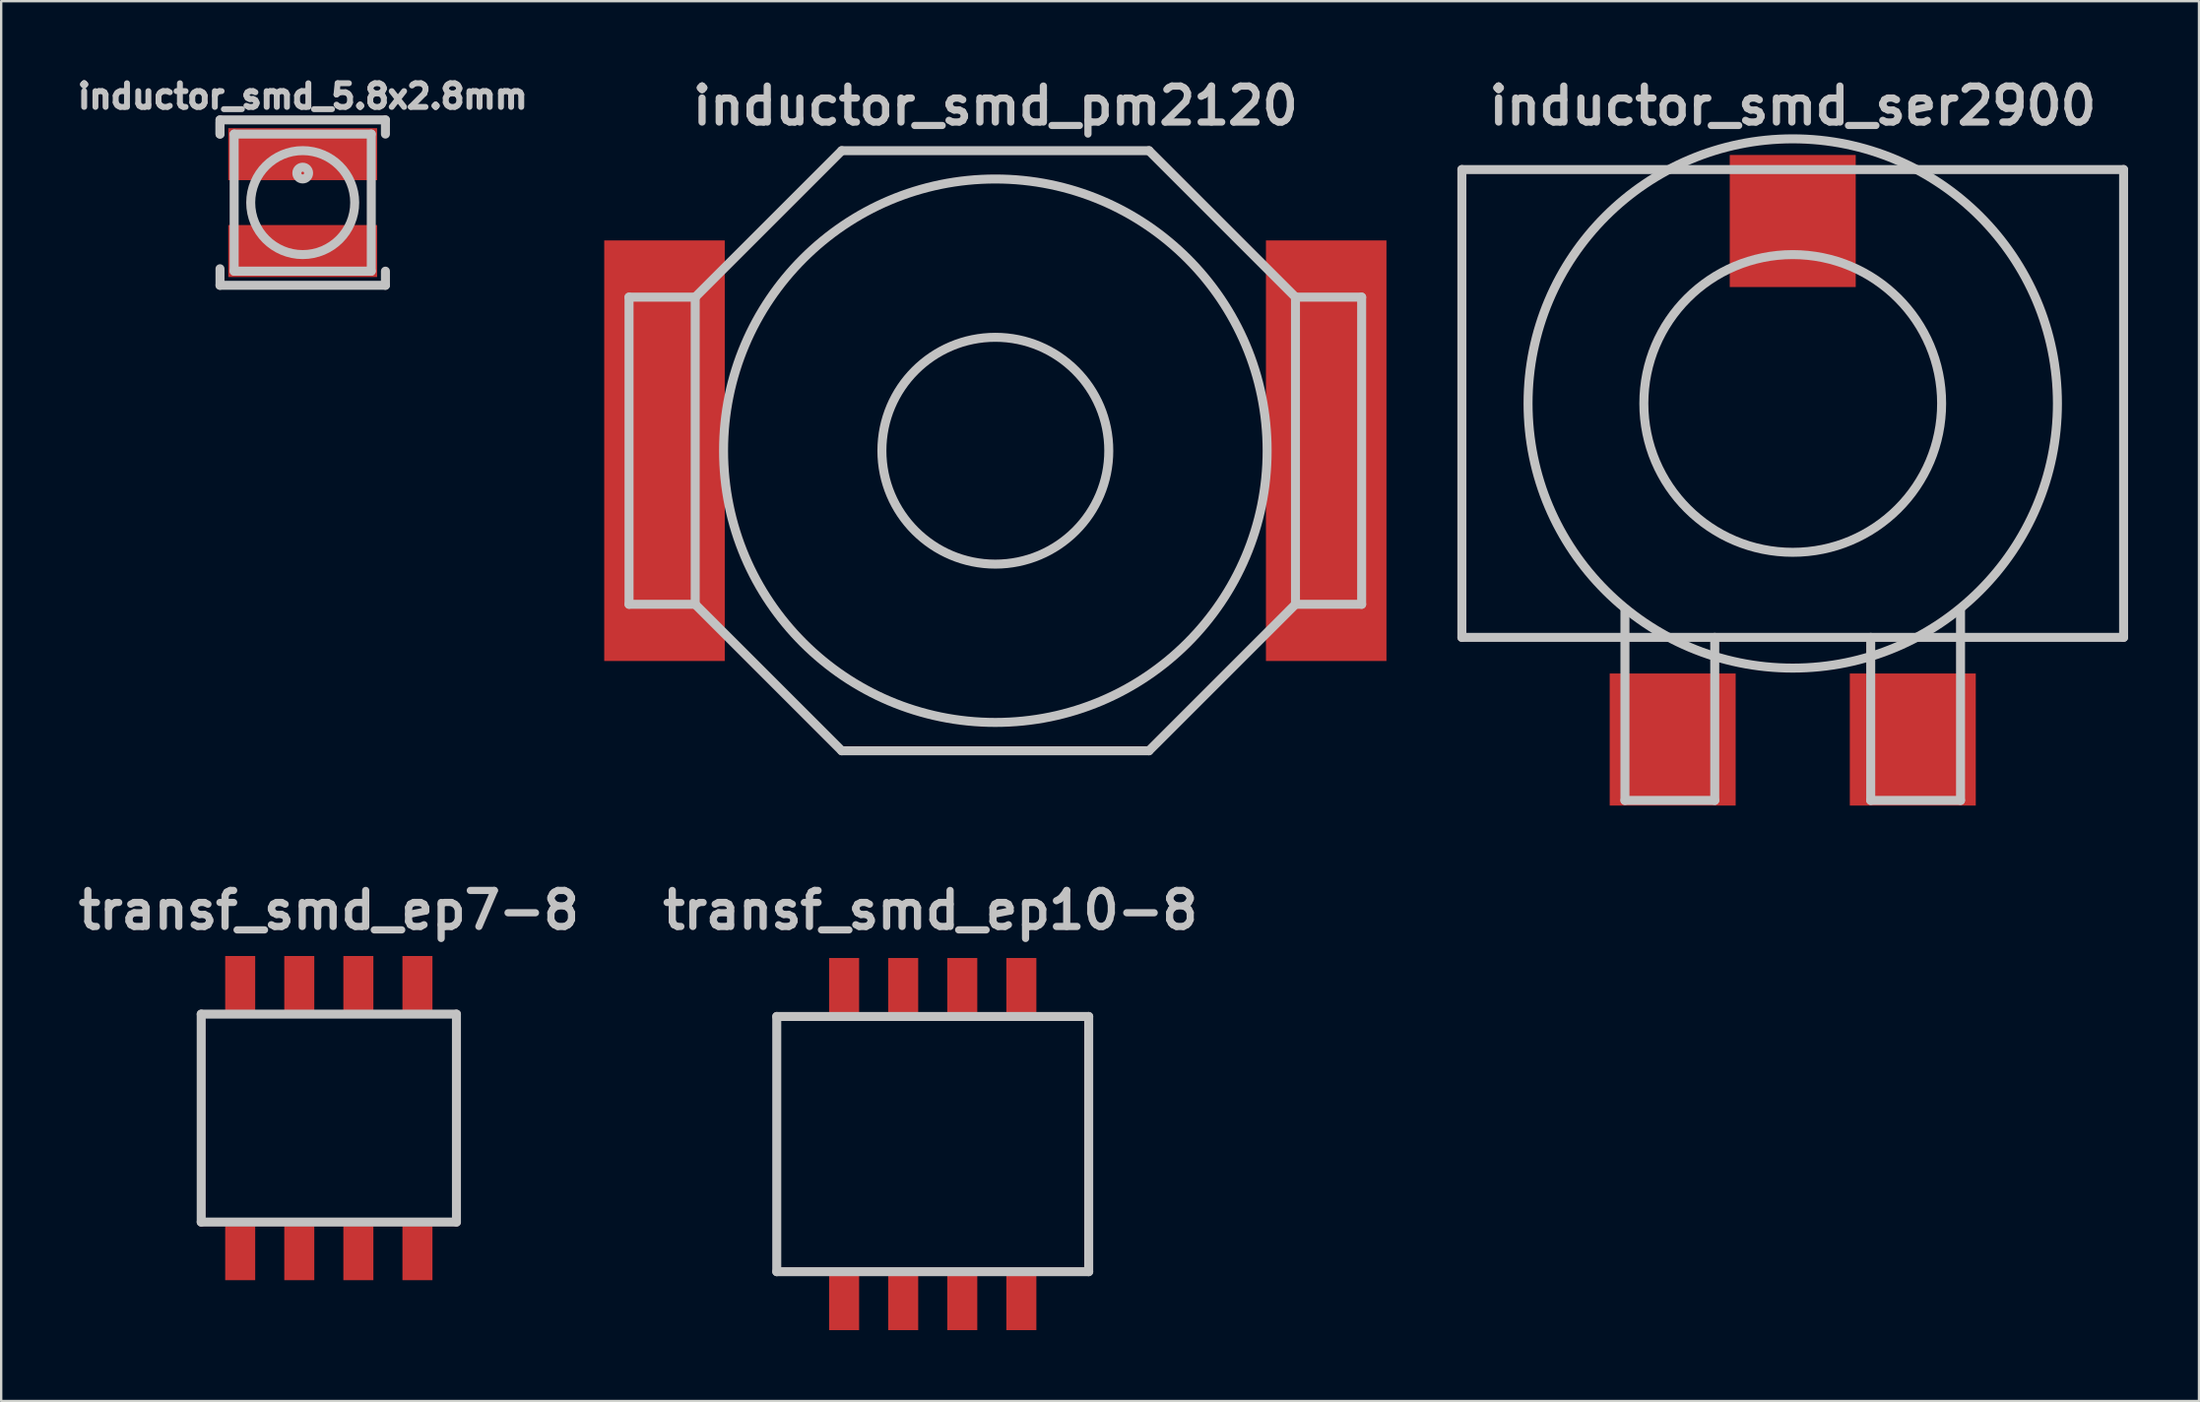
<source format=kicad_pcb>
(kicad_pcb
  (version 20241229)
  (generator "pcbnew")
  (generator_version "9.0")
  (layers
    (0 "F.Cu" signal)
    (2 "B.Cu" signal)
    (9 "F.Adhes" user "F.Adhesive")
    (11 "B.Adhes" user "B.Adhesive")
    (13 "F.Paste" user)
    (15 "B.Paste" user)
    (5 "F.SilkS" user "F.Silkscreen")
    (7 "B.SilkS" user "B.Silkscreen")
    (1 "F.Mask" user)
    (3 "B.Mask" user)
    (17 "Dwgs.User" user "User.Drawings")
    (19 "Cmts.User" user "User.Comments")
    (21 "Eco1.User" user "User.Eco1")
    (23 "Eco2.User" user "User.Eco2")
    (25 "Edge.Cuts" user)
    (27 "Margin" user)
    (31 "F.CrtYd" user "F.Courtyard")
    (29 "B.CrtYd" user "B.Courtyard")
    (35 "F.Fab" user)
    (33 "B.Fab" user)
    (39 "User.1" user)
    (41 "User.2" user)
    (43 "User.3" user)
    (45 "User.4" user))
  (footprint "inductor_smd_ser2900"
    (layer "F.Cu")
    (at 72.808 14.026)
    (property "Reference" "inductor_smd_ser2900" (at 0 -12.6 0) (layer "Dwgs.User") (effects (font (size 1.524 1.524) (thickness 0.305))))
    (attr through_hole)
    (fp_line (start -14 -9.9) (end -14 9.9) (stroke (width 0.381) (type solid)) (layer "Dwgs.User"))
    (fp_line (start -14 -9.9) (end 14 -9.9) (stroke (width 0.381) (type solid)) (layer "Dwgs.User"))
    (fp_line (start -14 9.9) (end 14 9.9) (stroke (width 0.381) (type solid)) (layer "Dwgs.User"))
    (fp_line (start -7.1 16.8) (end -7.1 8.7) (stroke (width 0.381) (type solid)) (layer "Dwgs.User"))
    (fp_line (start -3.3 9.9) (end -3.3 16.8) (stroke (width 0.381) (type solid)) (layer "Dwgs.User"))
    (fp_line (start -3.3 16.8) (end -7.1 16.8) (stroke (width 0.381) (type solid)) (layer "Dwgs.User"))
    (fp_line (start 3.3 9.9) (end 3.3 16.8) (stroke (width 0.381) (type solid)) (layer "Dwgs.User"))
    (fp_line (start 3.3 16.8) (end 7.1 16.8) (stroke (width 0.381) (type solid)) (layer "Dwgs.User"))
    (fp_line (start 7.1 16.8) (end 7.1 8.7) (stroke (width 0.381) (type solid)) (layer "Dwgs.User"))
    (fp_line (start 14 9.9) (end 14 -9.9) (stroke (width 0.381) (type solid)) (layer "Dwgs.User"))
    (fp_circle (center 0 0) (end 6.3 0) (stroke (width 0.381) (type solid)) (fill no) (layer "Dwgs.User"))
    (fp_circle (center 0 0) (end 11.2 0) (stroke (width 0.381) (type solid)) (fill no) (layer "Dwgs.User"))
    (pad "" smd rect (at 0 -7.722) (size 5.33 5.59) (layers "F.Cu" "F.Mask" "F.Paste"))
    (pad "1" smd rect (at -5.08 14.224) (size 5.33 5.59) (layers "F.Cu" "F.Mask" "F.Paste"))
    (pad "2" smd rect (at 5.08 14.224) (size 5.33 5.59) (layers "F.Cu" "F.Mask" "F.Paste")))
  (footprint "transf_smd_ep10-8"
    (layer "F.Cu")
    (at 36.418 45.372)
    (property "Reference" "transf_smd_ep10-8" (at -0.1 -9.9 0) (layer "Dwgs.User") (effects (font (size 1.524 1.524) (thickness 0.305))))
    (attr through_hole)
    (fp_line (start -6.6 -5.4) (end -6.6 5.4) (stroke (width 0.381) (type solid)) (layer "Dwgs.User"))
    (fp_line (start -6.6 5.4) (end 6.6 5.4) (stroke (width 0.381) (type solid)) (layer "Dwgs.User"))
    (fp_line (start 6.6 -5.4) (end -6.6 -5.4) (stroke (width 0.381) (type solid)) (layer "Dwgs.User"))
    (fp_line (start 6.6 5.4) (end 6.6 -5.4) (stroke (width 0.381) (type solid)) (layer "Dwgs.User"))
    (pad "1" smd rect (at 3.75 6.605) (size 1.27 2.54) (layers "F.Cu" "F.Mask" "F.Paste"))
    (pad "2" smd rect (at 1.25 6.605) (size 1.27 2.54) (layers "F.Cu" "F.Mask" "F.Paste"))
    (pad "3" smd rect (at -1.25 6.605) (size 1.27 2.54) (layers "F.Cu" "F.Mask" "F.Paste"))
    (pad "4" smd rect (at -3.75 6.605) (size 1.27 2.54) (layers "F.Cu" "F.Mask" "F.Paste"))
    (pad "5" smd rect (at -3.75 -6.605) (size 1.27 2.54) (layers "F.Cu" "F.Mask" "F.Paste"))
    (pad "6" smd rect (at -1.25 -6.605) (size 1.27 2.54) (layers "F.Cu" "F.Mask" "F.Paste"))
    (pad "7" smd rect (at 1.25 -6.605) (size 1.27 2.54) (layers "F.Cu" "F.Mask" "F.Paste"))
    (pad "8" smd rect (at 3.75 -6.605) (size 1.27 2.54) (layers "F.Cu" "F.Mask" "F.Paste")))
  (footprint "inductor_smd_5.8x2.8mm"
    (layer "F.Cu")
    (at 9.759 5.525)
    (property "Reference" "inductor_smd_5.8x2.8mm" (at 0 -4.501 0) (layer "Dwgs.User") (effects (font (size 1.001 1.001) (thickness 0.25))))
    (attr through_hole)
    (fp_line (start -3.5 -3.5) (end 3.5 -3.5) (stroke (width 0.381) (type solid)) (layer "Dwgs.User"))
    (fp_line (start -3.5 -2.901) (end -3.5 -3.5) (stroke (width 0.381) (type solid)) (layer "Dwgs.User"))
    (fp_line (start -3.5 -2.901) (end -3.5 -3.401) (stroke (width 0.381) (type solid)) (layer "Dwgs.User"))
    (fp_line (start -3.5 2.799) (end -3.5 3.5) (stroke (width 0.381) (type solid)) (layer "Dwgs.User"))
    (fp_line (start -3.5 3.5) (end 3.5 3.5) (stroke (width 0.381) (type solid)) (layer "Dwgs.User"))
    (fp_line (start -2.901 -2.901) (end 2.901 -2.901) (stroke (width 0.381) (type solid)) (layer "Dwgs.User"))
    (fp_line (start -2.901 2.901) (end -2.901 -2.901) (stroke (width 0.381) (type solid)) (layer "Dwgs.User"))
    (fp_line (start 2.901 -2.901) (end 2.901 2.901) (stroke (width 0.381) (type solid)) (layer "Dwgs.User"))
    (fp_line (start 2.901 2.901) (end -2.901 2.901) (stroke (width 0.381) (type solid)) (layer "Dwgs.User"))
    (fp_line (start 3.5 -3.5) (end 3.5 -2.901) (stroke (width 0.381) (type solid)) (layer "Dwgs.User"))
    (fp_line (start 3.5 3.5) (end 3.5 2.901) (stroke (width 0.381) (type solid)) (layer "Dwgs.User"))
    (fp_circle (center 0 -1.25) (end 0 -1.001) (stroke (width 0.381) (type solid)) (fill no) (layer "Dwgs.User"))
    (fp_circle (center 0 0) (end 2.2 0) (stroke (width 0.381) (type solid)) (fill no) (layer "Dwgs.User"))
    (pad "1" smd rect (at 0 -2.05) (size 6.299 2.2) (layers "F.Cu" "F.Mask" "F.Paste"))
    (pad "2" smd rect (at 0 2.05) (size 6.299 2.2) (layers "F.Cu" "F.Mask" "F.Paste")))
  (footprint "inductor_smd_pm2120"
    (layer "F.Cu")
    (at 39.067 16.026)
    (property "Reference" "inductor_smd_pm2120" (at 0 -14.6 0) (layer "Dwgs.User") (effects (font (size 1.524 1.524) (thickness 0.305))))
    (attr through_hole)
    (fp_line (start -15.5 -6.5) (end -15.5 6.5) (stroke (width 0.381) (type solid)) (layer "Dwgs.User"))
    (fp_line (start -15.5 -6.5) (end -12.7 -6.5) (stroke (width 0.381) (type solid)) (layer "Dwgs.User"))
    (fp_line (start -15.5 6.5) (end -12.7 6.5) (stroke (width 0.381) (type solid)) (layer "Dwgs.User"))
    (fp_line (start -12.7 -6.5) (end -12.7 6.5) (stroke (width 0.381) (type solid)) (layer "Dwgs.User"))
    (fp_line (start -12.7 6.5) (end -6.5 12.7) (stroke (width 0.381) (type solid)) (layer "Dwgs.User"))
    (fp_line (start -6.5 -12.7) (end -12.7 -6.5) (stroke (width 0.381) (type solid)) (layer "Dwgs.User"))
    (fp_line (start -6.5 -12.7) (end 6.5 -12.7) (stroke (width 0.381) (type solid)) (layer "Dwgs.User"))
    (fp_line (start -6.5 12.7) (end 6.5 12.7) (stroke (width 0.381) (type solid)) (layer "Dwgs.User"))
    (fp_line (start 6.5 12.7) (end 12.7 6.5) (stroke (width 0.381) (type solid)) (layer "Dwgs.User"))
    (fp_line (start 12.7 -6.5) (end 6.5 -12.7) (stroke (width 0.381) (type solid)) (layer "Dwgs.User"))
    (fp_line (start 12.7 -6.5) (end 12.7 6.5) (stroke (width 0.381) (type solid)) (layer "Dwgs.User"))
    (fp_line (start 15.5 -6.5) (end 12.7 -6.5) (stroke (width 0.381) (type solid)) (layer "Dwgs.User"))
    (fp_line (start 15.5 -6.5) (end 15.5 6.5) (stroke (width 0.381) (type solid)) (layer "Dwgs.User"))
    (fp_line (start 15.5 6.5) (end 12.7 6.5) (stroke (width 0.381) (type solid)) (layer "Dwgs.User"))
    (fp_circle (center 0 0) (end 4.8 0) (stroke (width 0.381) (type solid)) (fill no) (layer "Dwgs.User"))
    (fp_circle (center 0 0) (end 11.5 0) (stroke (width 0.381) (type solid)) (fill no) (layer "Dwgs.User"))
    (pad "1" smd rect (at -14 0) (size 5.1 17.8) (layers "F.Cu" "F.Mask" "F.Paste"))
    (pad "2" smd rect (at 14 0) (size 5.1 17.8) (layers "F.Cu" "F.Mask" "F.Paste")))
  (footprint "transf_smd_ep7-8"
    (layer "F.Cu")
    (at 10.864 44.272)
    (property "Reference" "transf_smd_ep7-8" (at 0 -8.8 0) (layer "Dwgs.User") (effects (font (size 1.524 1.524) (thickness 0.305))))
    (attr through_hole)
    (fp_line (start -5.4 -4.4) (end -5.4 4.4) (stroke (width 0.381) (type solid)) (layer "Dwgs.User"))
    (fp_line (start -5.4 4.4) (end 5.4 4.4) (stroke (width 0.381) (type solid)) (layer "Dwgs.User"))
    (fp_line (start 5.4 -4.4) (end -5.4 -4.4) (stroke (width 0.381) (type solid)) (layer "Dwgs.User"))
    (fp_line (start 5.4 4.4) (end 5.4 -4.4) (stroke (width 0.381) (type solid)) (layer "Dwgs.User"))
    (pad "1" smd rect (at 3.75 5.715) (size 1.27 2.29) (layers "F.Cu" "F.Mask" "F.Paste"))
    (pad "2" smd rect (at 1.25 5.715) (size 1.27 2.29) (layers "F.Cu" "F.Mask" "F.Paste"))
    (pad "3" smd rect (at -1.25 5.715) (size 1.27 2.29) (layers "F.Cu" "F.Mask" "F.Paste"))
    (pad "4" smd rect (at -3.75 5.715) (size 1.27 2.29) (layers "F.Cu" "F.Mask" "F.Paste"))
    (pad "5" smd rect (at -3.75 -5.715) (size 1.27 2.29) (layers "F.Cu" "F.Mask" "F.Paste"))
    (pad "6" smd rect (at -1.25 -5.715) (size 1.27 2.29) (layers "F.Cu" "F.Mask" "F.Paste"))
    (pad "7" smd rect (at 1.25 -5.715) (size 1.27 2.29) (layers "F.Cu" "F.Mask" "F.Paste"))
    (pad "8" smd rect (at 3.75 -5.715) (size 1.27 2.29) (layers "F.Cu" "F.Mask" "F.Paste")))
  (gr_rect
    (start -3 -3)
    (end 89.998 56.247)
    (stroke (width 0.1) (type default))
    (fill no)
    (layer "Edge.Cuts")))
</source>
